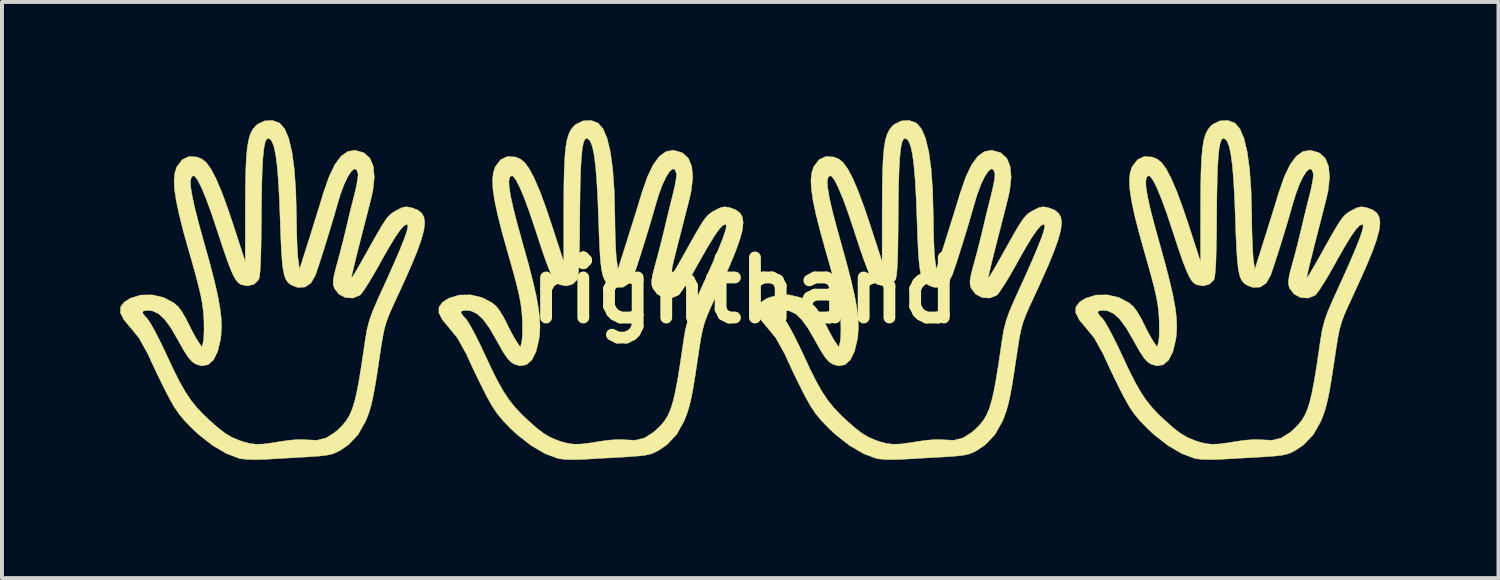
<source format=kicad_pcb>
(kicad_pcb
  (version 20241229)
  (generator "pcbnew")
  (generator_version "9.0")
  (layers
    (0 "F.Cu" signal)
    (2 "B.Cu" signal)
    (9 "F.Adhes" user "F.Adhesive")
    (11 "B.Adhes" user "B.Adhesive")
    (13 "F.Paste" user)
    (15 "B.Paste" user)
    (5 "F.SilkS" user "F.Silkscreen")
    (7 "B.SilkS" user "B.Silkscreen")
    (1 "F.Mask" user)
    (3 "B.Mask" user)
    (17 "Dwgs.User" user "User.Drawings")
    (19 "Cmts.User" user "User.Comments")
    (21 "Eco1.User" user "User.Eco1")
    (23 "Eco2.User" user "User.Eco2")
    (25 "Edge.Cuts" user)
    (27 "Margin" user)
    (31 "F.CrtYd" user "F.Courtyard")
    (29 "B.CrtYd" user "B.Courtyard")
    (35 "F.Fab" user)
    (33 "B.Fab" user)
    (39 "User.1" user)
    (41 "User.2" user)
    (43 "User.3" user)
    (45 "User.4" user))
  (footprint "righthand"
    (layer "F.Cu")
    (at 15.846 4.315)
    (property "Reference" "righthand" (at 0 0 0) (layer "F.SilkS") (effects (font (size 1.524 1.524) (thickness 0.3))))
    (attr through_hole)
    (fp_poly (pts (xy -11.804 -4.244) (xy -11.8 -4.241) (xy -11.675 -4.097) (xy -11.572 -3.854) (xy -11.491 -3.513) (xy -11.431 -3.073) (xy -11.393 -2.534) (xy -11.376 -1.896) (xy -11.376 -1.854) (xy -11.371 -1.554) (xy -11.364 -1.269) (xy -11.353 -1.024) (xy -11.341 -0.844) (xy -11.334 -0.787) (xy -11.298 -0.533) (xy -11.065 -1.27) (xy -10.969 -1.576) (xy -10.87 -1.892) (xy -10.779 -2.186) (xy -10.707 -2.424) (xy -10.695 -2.464) (xy -10.553 -2.874) (xy -10.405 -3.185) (xy -10.248 -3.4) (xy -10.077 -3.522) (xy -9.892 -3.554) (xy -9.688 -3.498) (xy -9.655 -3.481) (xy -9.512 -3.352) (xy -9.427 -3.146) (xy -9.402 -2.872) (xy -9.437 -2.538) (xy -9.475 -2.362) (xy -9.513 -2.209) (xy -9.571 -1.982) (xy -9.642 -1.705) (xy -9.72 -1.401) (xy -9.773 -1.194) (xy -9.844 -0.913) (xy -9.904 -0.669) (xy -9.949 -0.477) (xy -9.976 -0.353) (xy -9.981 -0.314) (xy -9.952 -0.349) (xy -9.885 -0.456) (xy -9.789 -0.62) (xy -9.675 -0.822) (xy -9.487 -1.159) (xy -9.34 -1.418) (xy -9.226 -1.612) (xy -9.138 -1.753) (xy -9.066 -1.851) (xy -9.003 -1.919) (xy -8.94 -1.968) (xy -8.871 -2.011) (xy -8.844 -2.026) (xy -8.7 -2.098) (xy -8.591 -2.12) (xy -8.47 -2.1) (xy -8.429 -2.088) (xy -8.296 -2.035) (xy -8.2 -1.96) (xy -8.142 -1.857) (xy -8.122 -1.717) (xy -8.142 -1.533) (xy -8.205 -1.296) (xy -8.31 -0.999) (xy -8.46 -0.635) (xy -8.655 -0.195) (xy -8.839 0.203) (xy -8.953 0.449) (xy -9.038 0.646) (xy -9.1 0.818) (xy -9.149 0.992) (xy -9.19 1.194) (xy -9.232 1.45) (xy -9.271 1.712) (xy -9.332 2.12) (xy -9.385 2.443) (xy -9.433 2.699) (xy -9.479 2.904) (xy -9.528 3.074) (xy -9.583 3.226) (xy -9.626 3.327) (xy -9.813 3.658) (xy -10.054 3.914) (xy -10.254 4.052) (xy -10.366 4.112) (xy -10.477 4.154) (xy -10.611 4.183) (xy -10.793 4.204) (xy -11.046 4.222) (xy -11.125 4.227) (xy -11.422 4.244) (xy -11.733 4.261) (xy -12.016 4.278) (xy -12.192 4.288) (xy -12.42 4.294) (xy -12.635 4.288) (xy -12.797 4.27) (xy -12.821 4.264) (xy -13.148 4.142) (xy -13.496 3.938) (xy -13.849 3.664) (xy -14.017 3.508) (xy -14.209 3.311) (xy -14.358 3.131) (xy -14.489 2.936) (xy -14.625 2.693) (xy -14.691 2.565) (xy -14.821 2.303) (xy -14.954 2.028) (xy -15.071 1.778) (xy -15.139 1.626) (xy -15.37 1.209) (xy -15.576 0.956) (xy -15.754 0.744) (xy -15.841 0.57) (xy -15.281 0.57) (xy -15.217 0.659) (xy -15.167 0.708) (xy -15.106 0.792) (xy -15.013 0.951) (xy -14.898 1.166) (xy -14.772 1.42) (xy -14.68 1.617) (xy -14.497 2.008) (xy -14.339 2.321) (xy -14.195 2.574) (xy -14.054 2.785) (xy -13.905 2.972) (xy -13.735 3.151) (xy -13.599 3.28) (xy -13.371 3.483) (xy -13.183 3.628) (xy -13.008 3.731) (xy -12.819 3.809) (xy -12.725 3.841) (xy -12.561 3.884) (xy -12.401 3.903) (xy -12.216 3.898) (xy -11.979 3.867) (xy -11.786 3.835) (xy -11.552 3.802) (xy -11.33 3.785) (xy -11.16 3.787) (xy -11.138 3.79) (xy -10.86 3.803) (xy -10.626 3.745) (xy -10.404 3.605) (xy -10.308 3.522) (xy -10.2 3.413) (xy -10.108 3.3) (xy -10.03 3.172) (xy -9.963 3.015) (xy -9.902 2.82) (xy -9.844 2.574) (xy -9.786 2.266) (xy -9.724 1.884) (xy -9.654 1.415) (xy -9.632 1.261) (xy -9.588 1.002) (xy -9.529 0.771) (xy -9.445 0.532) (xy -9.322 0.247) (xy -9.298 0.194) (xy -9.073 -0.3) (xy -8.891 -0.708) (xy -8.75 -1.037) (xy -8.648 -1.291) (xy -8.583 -1.476) (xy -8.552 -1.598) (xy -8.554 -1.663) (xy -8.575 -1.676) (xy -8.644 -1.643) (xy -8.74 -1.538) (xy -8.866 -1.356) (xy -9.027 -1.094) (xy -9.225 -0.745) (xy -9.269 -0.664) (xy -9.41 -0.415) (xy -9.542 -0.193) (xy -9.656 -0.017) (xy -9.739 0.097) (xy -9.77 0.127) (xy -9.947 0.196) (xy -10.135 0.183) (xy -10.302 0.096) (xy -10.416 -0.055) (xy -10.417 -0.058) (xy -10.442 -0.144) (xy -10.445 -0.243) (xy -10.422 -0.382) (xy -10.371 -0.585) (xy -10.346 -0.674) (xy -10.272 -0.948) (xy -10.194 -1.251) (xy -10.127 -1.525) (xy -10.116 -1.575) (xy -10.052 -1.846) (xy -9.978 -2.148) (xy -9.909 -2.417) (xy -9.907 -2.425) (xy -9.858 -2.632) (xy -9.825 -2.812) (xy -9.812 -2.934) (xy -9.814 -2.955) (xy -9.85 -3.063) (xy -9.909 -3.081) (xy -9.985 -3.018) (xy -10.074 -2.883) (xy -10.169 -2.683) (xy -10.264 -2.426) (xy -10.337 -2.184) (xy -10.419 -1.897) (xy -10.516 -1.571) (xy -10.62 -1.232) (xy -10.722 -0.907) (xy -10.814 -0.622) (xy -10.889 -0.404) (xy -10.9 -0.374) (xy -11.009 -0.184) (xy -11.159 -0.083) (xy -11.342 -0.074) (xy -11.432 -0.103) (xy -11.519 -0.144) (xy -11.588 -0.197) (xy -11.642 -0.273) (xy -11.684 -0.383) (xy -11.716 -0.539) (xy -11.741 -0.751) (xy -11.76 -1.032) (xy -11.776 -1.391) (xy -11.791 -1.826) (xy -11.812 -2.367) (xy -11.838 -2.813) (xy -11.868 -3.17) (xy -11.904 -3.445) (xy -11.947 -3.645) (xy -11.998 -3.775) (xy -12.033 -3.824) (xy -12.089 -3.857) (xy -12.135 -3.833) (xy -12.173 -3.746) (xy -12.203 -3.59) (xy -12.227 -3.358) (xy -12.244 -3.045) (xy -12.256 -2.645) (xy -12.263 -2.152) (xy -12.265 -1.905) (xy -12.269 -1.419) (xy -12.276 -1.027) (xy -12.285 -0.723) (xy -12.297 -0.501) (xy -12.313 -0.353) (xy -12.333 -0.273) (xy -12.336 -0.267) (xy -12.449 -0.156) (xy -12.61 -0.112) (xy -12.78 -0.145) (xy -12.844 -0.186) (xy -12.906 -0.256) (xy -12.971 -0.366) (xy -13.044 -0.528) (xy -13.129 -0.751) (xy -13.232 -1.047) (xy -13.357 -1.428) (xy -13.389 -1.524) (xy -13.534 -1.959) (xy -13.666 -2.318) (xy -13.781 -2.597) (xy -13.878 -2.79) (xy -13.955 -2.893) (xy -13.995 -2.909) (xy -14.043 -2.868) (xy -14.064 -2.77) (xy -14.056 -2.608) (xy -14.018 -2.376) (xy -13.949 -2.068) (xy -13.849 -1.677) (xy -13.716 -1.196) (xy -13.715 -1.193) (xy -13.57 -0.674) (xy -13.457 -0.237) (xy -13.373 0.129) (xy -13.317 0.437) (xy -13.285 0.7) (xy -13.277 0.93) (xy -13.289 1.14) (xy -13.303 1.25) (xy -13.375 1.552) (xy -13.481 1.766) (xy -13.619 1.887) (xy -13.786 1.915) (xy -13.932 1.871) (xy -14.019 1.813) (xy -14.109 1.714) (xy -14.214 1.558) (xy -14.345 1.328) (xy -14.379 1.265) (xy -14.557 0.957) (xy -14.717 0.738) (xy -14.869 0.596) (xy -15.023 0.523) (xy -15.146 0.508) (xy -15.258 0.522) (xy -15.281 0.57) (xy -15.841 0.57) (xy -15.841 0.57) (xy -15.838 0.425) (xy -15.746 0.3) (xy -15.591 0.201) (xy -15.326 0.119) (xy -15.034 0.114) (xy -14.744 0.182) (xy -14.488 0.317) (xy -14.377 0.413) (xy -14.294 0.524) (xy -14.195 0.688) (xy -14.118 0.838) (xy -14.026 1.024) (xy -13.934 1.194) (xy -13.874 1.292) (xy -13.773 1.44) (xy -13.739 1.303) (xy -13.726 1.191) (xy -13.72 1.009) (xy -13.723 0.79) (xy -13.727 0.697) (xy -13.74 0.523) (xy -13.763 0.344) (xy -13.8 0.144) (xy -13.856 -0.095) (xy -13.932 -0.388) (xy -14.034 -0.753) (xy -14.095 -0.965) (xy -14.241 -1.484) (xy -14.35 -1.918) (xy -14.426 -2.275) (xy -14.469 -2.566) (xy -14.48 -2.798) (xy -14.461 -2.982) (xy -14.414 -3.126) (xy -14.407 -3.139) (xy -14.272 -3.315) (xy -14.101 -3.396) (xy -13.898 -3.382) (xy -13.773 -3.331) (xy -13.662 -3.24) (xy -13.544 -3.077) (xy -13.417 -2.836) (xy -13.278 -2.511) (xy -13.125 -2.096) (xy -12.982 -1.672) (xy -12.675 -0.728) (xy -12.673 -2.129) (xy -12.671 -2.627) (xy -12.663 -3.033) (xy -12.648 -3.36) (xy -12.624 -3.617) (xy -12.59 -3.816) (xy -12.545 -3.967) (xy -12.486 -4.082) (xy -12.412 -4.17) (xy -12.363 -4.213) (xy -12.183 -4.299) (xy -11.983 -4.31) (xy -11.804 -4.244)) (stroke (width 0.01) (type solid)) (fill yes) (layer "F.SilkS"))
    (fp_poly (pts (xy -3.727 -4.244) (xy -3.723 -4.241) (xy -3.598 -4.097) (xy -3.495 -3.854) (xy -3.414 -3.513) (xy -3.354 -3.073) (xy -3.315 -2.534) (xy -3.299 -1.896) (xy -3.298 -1.854) (xy -3.294 -1.554) (xy -3.286 -1.269) (xy -3.276 -1.024) (xy -3.263 -0.844) (xy -3.257 -0.787) (xy -3.221 -0.533) (xy -2.988 -1.27) (xy -2.892 -1.576) (xy -2.793 -1.892) (xy -2.702 -2.186) (xy -2.629 -2.424) (xy -2.618 -2.464) (xy -2.476 -2.874) (xy -2.328 -3.185) (xy -2.17 -3.4) (xy -2 -3.522) (xy -1.815 -3.554) (xy -1.611 -3.498) (xy -1.578 -3.481) (xy -1.435 -3.352) (xy -1.35 -3.146) (xy -1.324 -2.872) (xy -1.36 -2.538) (xy -1.398 -2.362) (xy -1.436 -2.209) (xy -1.494 -1.982) (xy -1.565 -1.705) (xy -1.642 -1.401) (xy -1.696 -1.194) (xy -1.767 -0.913) (xy -1.827 -0.669) (xy -1.872 -0.477) (xy -1.898 -0.353) (xy -1.903 -0.314) (xy -1.875 -0.349) (xy -1.808 -0.456) (xy -1.712 -0.62) (xy -1.597 -0.822) (xy -1.41 -1.159) (xy -1.263 -1.418) (xy -1.149 -1.612) (xy -1.061 -1.753) (xy -0.989 -1.851) (xy -0.926 -1.919) (xy -0.863 -1.968) (xy -0.793 -2.011) (xy -0.767 -2.026) (xy -0.622 -2.098) (xy -0.514 -2.12) (xy -0.393 -2.1) (xy -0.351 -2.088) (xy -0.219 -2.035) (xy -0.123 -1.96) (xy -0.064 -1.857) (xy -0.045 -1.717) (xy -0.065 -1.533) (xy -0.127 -1.296) (xy -0.233 -0.999) (xy -0.382 -0.635) (xy -0.578 -0.195) (xy -0.762 0.203) (xy -0.876 0.449) (xy -0.96 0.646) (xy -1.023 0.818) (xy -1.071 0.992) (xy -1.113 1.194) (xy -1.155 1.45) (xy -1.194 1.712) (xy -1.255 2.12) (xy -1.308 2.443) (xy -1.355 2.699) (xy -1.402 2.904) (xy -1.451 3.074) (xy -1.506 3.226) (xy -1.549 3.327) (xy -1.735 3.658) (xy -1.977 3.914) (xy -2.177 4.052) (xy -2.288 4.112) (xy -2.399 4.154) (xy -2.534 4.183) (xy -2.716 4.204) (xy -2.969 4.222) (xy -3.048 4.227) (xy -3.345 4.244) (xy -3.656 4.261) (xy -3.939 4.278) (xy -4.115 4.288) (xy -4.343 4.294) (xy -4.558 4.288) (xy -4.719 4.27) (xy -4.744 4.264) (xy -5.07 4.142) (xy -5.419 3.938) (xy -5.772 3.664) (xy -5.94 3.508) (xy -6.131 3.311) (xy -6.281 3.131) (xy -6.412 2.936) (xy -6.548 2.693) (xy -6.613 2.565) (xy -6.744 2.303) (xy -6.877 2.028) (xy -6.994 1.778) (xy -7.061 1.626) (xy -7.293 1.209) (xy -7.499 0.956) (xy -7.676 0.744) (xy -7.764 0.57) (xy -7.204 0.57) (xy -7.14 0.659) (xy -7.09 0.708) (xy -7.028 0.792) (xy -6.935 0.951) (xy -6.821 1.166) (xy -6.695 1.42) (xy -6.603 1.617) (xy -6.42 2.008) (xy -6.262 2.321) (xy -6.118 2.574) (xy -5.977 2.785) (xy -5.827 2.972) (xy -5.657 3.151) (xy -5.522 3.28) (xy -5.294 3.483) (xy -5.106 3.628) (xy -4.931 3.731) (xy -4.742 3.809) (xy -4.648 3.841) (xy -4.484 3.884) (xy -4.323 3.903) (xy -4.139 3.898) (xy -3.902 3.867) (xy -3.708 3.835) (xy -3.474 3.802) (xy -3.253 3.785) (xy -3.083 3.787) (xy -3.061 3.79) (xy -2.783 3.803) (xy -2.549 3.745) (xy -2.327 3.605) (xy -2.231 3.522) (xy -2.122 3.413) (xy -2.031 3.3) (xy -1.953 3.172) (xy -1.886 3.015) (xy -1.824 2.82) (xy -1.767 2.574) (xy -1.708 2.266) (xy -1.646 1.884) (xy -1.577 1.415) (xy -1.555 1.261) (xy -1.511 1.002) (xy -1.452 0.771) (xy -1.367 0.532) (xy -1.245 0.247) (xy -1.221 0.194) (xy -0.996 -0.3) (xy -0.814 -0.708) (xy -0.673 -1.037) (xy -0.571 -1.291) (xy -0.506 -1.476) (xy -0.475 -1.598) (xy -0.477 -1.663) (xy -0.498 -1.676) (xy -0.567 -1.643) (xy -0.663 -1.538) (xy -0.789 -1.356) (xy -0.949 -1.094) (xy -1.147 -0.745) (xy -1.192 -0.664) (xy -1.333 -0.415) (xy -1.465 -0.193) (xy -1.579 -0.017) (xy -1.662 0.097) (xy -1.693 0.127) (xy -1.87 0.196) (xy -2.058 0.183) (xy -2.225 0.096) (xy -2.338 -0.055) (xy -2.34 -0.058) (xy -2.365 -0.144) (xy -2.368 -0.243) (xy -2.345 -0.382) (xy -2.294 -0.585) (xy -2.269 -0.674) (xy -2.195 -0.948) (xy -2.117 -1.251) (xy -2.05 -1.525) (xy -2.038 -1.575) (xy -1.974 -1.846) (xy -1.9 -2.148) (xy -1.832 -2.417) (xy -1.83 -2.425) (xy -1.781 -2.632) (xy -1.748 -2.812) (xy -1.735 -2.934) (xy -1.736 -2.955) (xy -1.773 -3.063) (xy -1.832 -3.081) (xy -1.908 -3.018) (xy -1.997 -2.883) (xy -2.091 -2.683) (xy -2.187 -2.426) (xy -2.26 -2.184) (xy -2.342 -1.897) (xy -2.439 -1.571) (xy -2.542 -1.232) (xy -2.645 -0.907) (xy -2.737 -0.622) (xy -2.812 -0.404) (xy -2.823 -0.374) (xy -2.932 -0.184) (xy -3.082 -0.083) (xy -3.264 -0.074) (xy -3.355 -0.103) (xy -3.441 -0.144) (xy -3.511 -0.197) (xy -3.565 -0.273) (xy -3.607 -0.383) (xy -3.639 -0.539) (xy -3.664 -0.751) (xy -3.683 -1.032) (xy -3.699 -1.391) (xy -3.714 -1.826) (xy -3.735 -2.367) (xy -3.761 -2.813) (xy -3.791 -3.17) (xy -3.827 -3.445) (xy -3.87 -3.645) (xy -3.92 -3.775) (xy -3.956 -3.824) (xy -4.011 -3.857) (xy -4.058 -3.833) (xy -4.096 -3.746) (xy -4.126 -3.59) (xy -4.15 -3.358) (xy -4.167 -3.045) (xy -4.179 -2.645) (xy -4.186 -2.152) (xy -4.188 -1.905) (xy -4.192 -1.419) (xy -4.198 -1.027) (xy -4.208 -0.723) (xy -4.22 -0.501) (xy -4.236 -0.353) (xy -4.255 -0.273) (xy -4.258 -0.267) (xy -4.372 -0.156) (xy -4.533 -0.112) (xy -4.703 -0.145) (xy -4.767 -0.186) (xy -4.829 -0.256) (xy -4.894 -0.366) (xy -4.967 -0.528) (xy -5.052 -0.751) (xy -5.155 -1.047) (xy -5.28 -1.428) (xy -5.311 -1.524) (xy -5.457 -1.959) (xy -5.588 -2.318) (xy -5.704 -2.597) (xy -5.801 -2.79) (xy -5.878 -2.893) (xy -5.918 -2.909) (xy -5.966 -2.868) (xy -5.987 -2.77) (xy -5.979 -2.608) (xy -5.941 -2.376) (xy -5.872 -2.068) (xy -5.772 -1.677) (xy -5.638 -1.196) (xy -5.638 -1.193) (xy -5.493 -0.674) (xy -5.38 -0.237) (xy -5.296 0.129) (xy -5.24 0.437) (xy -5.208 0.7) (xy -5.199 0.93) (xy -5.211 1.14) (xy -5.226 1.25) (xy -5.298 1.552) (xy -5.404 1.766) (xy -5.542 1.887) (xy -5.709 1.915) (xy -5.855 1.871) (xy -5.942 1.813) (xy -6.032 1.714) (xy -6.137 1.558) (xy -6.268 1.328) (xy -6.302 1.265) (xy -6.48 0.957) (xy -6.64 0.738) (xy -6.792 0.596) (xy -6.946 0.523) (xy -7.069 0.508) (xy -7.181 0.522) (xy -7.204 0.57) (xy -7.764 0.57) (xy -7.764 0.57) (xy -7.761 0.425) (xy -7.669 0.3) (xy -7.514 0.201) (xy -7.249 0.119) (xy -6.956 0.114) (xy -6.667 0.182) (xy -6.411 0.317) (xy -6.3 0.413) (xy -6.217 0.524) (xy -6.118 0.688) (xy -6.041 0.838) (xy -5.949 1.024) (xy -5.856 1.194) (xy -5.797 1.292) (xy -5.696 1.44) (xy -5.661 1.303) (xy -5.648 1.191) (xy -5.643 1.009) (xy -5.646 0.79) (xy -5.65 0.697) (xy -5.663 0.523) (xy -5.686 0.344) (xy -5.723 0.144) (xy -5.778 -0.095) (xy -5.855 -0.388) (xy -5.957 -0.753) (xy -6.018 -0.965) (xy -6.163 -1.484) (xy -6.273 -1.918) (xy -6.349 -2.275) (xy -6.392 -2.566) (xy -6.403 -2.798) (xy -6.384 -2.982) (xy -6.337 -3.126) (xy -6.33 -3.139) (xy -6.195 -3.315) (xy -6.023 -3.396) (xy -5.821 -3.382) (xy -5.696 -3.331) (xy -5.584 -3.24) (xy -5.467 -3.077) (xy -5.34 -2.836) (xy -5.201 -2.511) (xy -5.048 -2.096) (xy -4.905 -1.672) (xy -4.597 -0.728) (xy -4.596 -2.129) (xy -4.593 -2.627) (xy -4.585 -3.033) (xy -4.57 -3.36) (xy -4.547 -3.617) (xy -4.513 -3.816) (xy -4.468 -3.967) (xy -4.409 -4.082) (xy -4.335 -4.17) (xy -4.285 -4.213) (xy -4.106 -4.299) (xy -3.905 -4.31) (xy -3.727 -4.244)) (stroke (width 0.01) (type solid)) (fill yes) (layer "F.SilkS"))
    (fp_poly (pts (xy 4.35 -4.244) (xy 4.354 -4.241) (xy 4.479 -4.097) (xy 4.582 -3.854) (xy 4.664 -3.513) (xy 4.724 -3.073) (xy 4.762 -2.534) (xy 4.778 -1.896) (xy 4.779 -1.854) (xy 4.783 -1.554) (xy 4.791 -1.269) (xy 4.801 -1.024) (xy 4.814 -0.844) (xy 4.82 -0.787) (xy 4.856 -0.533) (xy 5.089 -1.27) (xy 5.185 -1.576) (xy 5.284 -1.892) (xy 5.375 -2.186) (xy 5.448 -2.424) (xy 5.46 -2.464) (xy 5.601 -2.874) (xy 5.749 -3.185) (xy 5.907 -3.4) (xy 6.077 -3.522) (xy 6.262 -3.554) (xy 6.466 -3.498) (xy 6.499 -3.481) (xy 6.643 -3.352) (xy 6.727 -3.146) (xy 6.753 -2.872) (xy 6.717 -2.538) (xy 6.679 -2.362) (xy 6.641 -2.209) (xy 6.583 -1.982) (xy 6.513 -1.705) (xy 6.435 -1.401) (xy 6.382 -1.194) (xy 6.311 -0.913) (xy 6.25 -0.669) (xy 6.205 -0.477) (xy 6.179 -0.353) (xy 6.174 -0.314) (xy 6.202 -0.349) (xy 6.269 -0.456) (xy 6.365 -0.62) (xy 6.48 -0.822) (xy 6.668 -1.159) (xy 6.814 -1.418) (xy 6.928 -1.612) (xy 7.017 -1.753) (xy 7.089 -1.851) (xy 7.152 -1.919) (xy 7.214 -1.968) (xy 7.284 -2.011) (xy 7.31 -2.026) (xy 7.455 -2.098) (xy 7.563 -2.12) (xy 7.684 -2.1) (xy 7.726 -2.088) (xy 7.858 -2.035) (xy 7.954 -1.96) (xy 8.013 -1.857) (xy 8.033 -1.717) (xy 8.012 -1.533) (xy 7.95 -1.296) (xy 7.844 -0.999) (xy 7.695 -0.635) (xy 7.499 -0.195) (xy 7.315 0.203) (xy 7.201 0.449) (xy 7.117 0.646) (xy 7.054 0.818) (xy 7.006 0.992) (xy 6.964 1.194) (xy 6.923 1.45) (xy 6.883 1.712) (xy 6.822 2.12) (xy 6.77 2.443) (xy 6.722 2.699) (xy 6.675 2.904) (xy 6.626 3.074) (xy 6.571 3.226) (xy 6.529 3.327) (xy 6.342 3.658) (xy 6.1 3.914) (xy 5.9 4.052) (xy 5.789 4.112) (xy 5.678 4.154) (xy 5.543 4.183) (xy 5.362 4.204) (xy 5.108 4.222) (xy 5.029 4.227) (xy 4.732 4.244) (xy 4.422 4.261) (xy 4.139 4.278) (xy 3.962 4.288) (xy 3.734 4.294) (xy 3.52 4.288) (xy 3.358 4.27) (xy 3.333 4.264) (xy 3.007 4.142) (xy 2.658 3.938) (xy 2.305 3.664) (xy 2.137 3.508) (xy 1.946 3.311) (xy 1.796 3.131) (xy 1.665 2.936) (xy 1.529 2.693) (xy 1.464 2.565) (xy 1.333 2.303) (xy 1.2 2.028) (xy 1.084 1.778) (xy 1.016 1.626) (xy 0.785 1.209) (xy 0.578 0.956) (xy 0.401 0.744) (xy 0.314 0.57) (xy 0.873 0.57) (xy 0.937 0.659) (xy 0.987 0.708) (xy 1.049 0.792) (xy 1.142 0.951) (xy 1.256 1.166) (xy 1.382 1.42) (xy 1.475 1.617) (xy 1.658 2.008) (xy 1.815 2.321) (xy 1.959 2.574) (xy 2.1 2.785) (xy 2.25 2.972) (xy 2.42 3.151) (xy 2.555 3.28) (xy 2.784 3.483) (xy 2.972 3.628) (xy 3.147 3.731) (xy 3.335 3.809) (xy 3.429 3.841) (xy 3.593 3.884) (xy 3.754 3.903) (xy 3.938 3.898) (xy 4.175 3.867) (xy 4.369 3.835) (xy 4.603 3.802) (xy 4.825 3.785) (xy 4.994 3.787) (xy 5.016 3.79) (xy 5.294 3.803) (xy 5.528 3.745) (xy 5.751 3.605) (xy 5.846 3.522) (xy 5.955 3.413) (xy 6.046 3.3) (xy 6.124 3.172) (xy 6.192 3.015) (xy 6.253 2.82) (xy 6.311 2.574) (xy 6.369 2.266) (xy 6.431 1.884) (xy 6.5 1.415) (xy 6.522 1.261) (xy 6.566 1.002) (xy 6.625 0.771) (xy 6.71 0.532) (xy 6.832 0.247) (xy 6.857 0.194) (xy 7.082 -0.3) (xy 7.264 -0.708) (xy 7.404 -1.037) (xy 7.506 -1.291) (xy 7.572 -1.476) (xy 7.602 -1.598) (xy 7.601 -1.663) (xy 7.579 -1.676) (xy 7.51 -1.643) (xy 7.415 -1.538) (xy 7.288 -1.356) (xy 7.128 -1.094) (xy 6.93 -0.745) (xy 6.885 -0.664) (xy 6.745 -0.415) (xy 6.612 -0.193) (xy 6.498 -0.017) (xy 6.415 0.097) (xy 6.385 0.127) (xy 6.207 0.196) (xy 6.019 0.183) (xy 5.853 0.096) (xy 5.739 -0.055) (xy 5.737 -0.058) (xy 5.712 -0.144) (xy 5.709 -0.243) (xy 5.732 -0.382) (xy 5.783 -0.585) (xy 5.808 -0.674) (xy 5.883 -0.948) (xy 5.96 -1.251) (xy 6.027 -1.525) (xy 6.039 -1.575) (xy 6.103 -1.846) (xy 6.177 -2.148) (xy 6.245 -2.417) (xy 6.247 -2.425) (xy 6.296 -2.632) (xy 6.33 -2.812) (xy 6.342 -2.934) (xy 6.341 -2.955) (xy 6.305 -3.063) (xy 6.246 -3.081) (xy 6.169 -3.018) (xy 6.081 -2.883) (xy 5.986 -2.683) (xy 5.891 -2.426) (xy 5.817 -2.184) (xy 5.735 -1.897) (xy 5.639 -1.571) (xy 5.535 -1.232) (xy 5.433 -0.907) (xy 5.34 -0.622) (xy 5.265 -0.404) (xy 5.254 -0.374) (xy 5.146 -0.184) (xy 4.995 -0.083) (xy 4.813 -0.074) (xy 4.722 -0.103) (xy 4.636 -0.144) (xy 4.567 -0.197) (xy 4.512 -0.273) (xy 4.47 -0.383) (xy 4.438 -0.539) (xy 4.414 -0.751) (xy 4.394 -1.032) (xy 4.378 -1.391) (xy 4.363 -1.826) (xy 4.342 -2.367) (xy 4.317 -2.813) (xy 4.286 -3.17) (xy 4.25 -3.445) (xy 4.207 -3.645) (xy 4.157 -3.775) (xy 4.121 -3.824) (xy 4.066 -3.857) (xy 4.019 -3.833) (xy 3.981 -3.746) (xy 3.951 -3.59) (xy 3.927 -3.358) (xy 3.91 -3.045) (xy 3.898 -2.645) (xy 3.891 -2.152) (xy 3.89 -1.905) (xy 3.885 -1.419) (xy 3.879 -1.027) (xy 3.87 -0.723) (xy 3.857 -0.501) (xy 3.841 -0.353) (xy 3.822 -0.273) (xy 3.819 -0.267) (xy 3.705 -0.156) (xy 3.545 -0.112) (xy 3.374 -0.145) (xy 3.31 -0.186) (xy 3.248 -0.256) (xy 3.183 -0.366) (xy 3.11 -0.528) (xy 3.025 -0.751) (xy 2.922 -1.047) (xy 2.797 -1.428) (xy 2.766 -1.524) (xy 2.62 -1.959) (xy 2.489 -2.318) (xy 2.373 -2.597) (xy 2.276 -2.79) (xy 2.199 -2.893) (xy 2.159 -2.909) (xy 2.111 -2.868) (xy 2.09 -2.77) (xy 2.099 -2.608) (xy 2.136 -2.376) (xy 2.205 -2.068) (xy 2.306 -1.677) (xy 2.439 -1.196) (xy 2.44 -1.193) (xy 2.584 -0.674) (xy 2.697 -0.237) (xy 2.781 0.129) (xy 2.838 0.437) (xy 2.869 0.7) (xy 2.878 0.93) (xy 2.866 1.14) (xy 2.851 1.25) (xy 2.779 1.552) (xy 2.673 1.766) (xy 2.535 1.887) (xy 2.368 1.915) (xy 2.222 1.871) (xy 2.135 1.813) (xy 2.045 1.714) (xy 1.941 1.558) (xy 1.81 1.328) (xy 1.776 1.265) (xy 1.597 0.957) (xy 1.437 0.738) (xy 1.285 0.596) (xy 1.132 0.523) (xy 1.008 0.508) (xy 0.897 0.522) (xy 0.873 0.57) (xy 0.314 0.57) (xy 0.314 0.57) (xy 0.316 0.425) (xy 0.408 0.3) (xy 0.563 0.201) (xy 0.828 0.119) (xy 1.121 0.114) (xy 1.411 0.182) (xy 1.667 0.317) (xy 1.777 0.413) (xy 1.86 0.524) (xy 1.959 0.688) (xy 2.036 0.838) (xy 2.128 1.024) (xy 2.221 1.194) (xy 2.28 1.292) (xy 2.381 1.44) (xy 2.416 1.303) (xy 2.429 1.191) (xy 2.434 1.009) (xy 2.431 0.79) (xy 2.427 0.697) (xy 2.415 0.523) (xy 2.391 0.344) (xy 2.354 0.144) (xy 2.299 -0.095) (xy 2.222 -0.388) (xy 2.12 -0.753) (xy 2.059 -0.965) (xy 1.914 -1.484) (xy 1.804 -1.918) (xy 1.728 -2.275) (xy 1.686 -2.566) (xy 1.674 -2.798) (xy 1.693 -2.982) (xy 1.741 -3.126) (xy 1.747 -3.139) (xy 1.882 -3.315) (xy 2.054 -3.396) (xy 2.256 -3.382) (xy 2.381 -3.331) (xy 2.493 -3.24) (xy 2.611 -3.077) (xy 2.738 -2.836) (xy 2.876 -2.511) (xy 3.03 -2.096) (xy 3.172 -1.672) (xy 3.48 -0.728) (xy 3.481 -2.129) (xy 3.484 -2.627) (xy 3.492 -3.033) (xy 3.507 -3.36) (xy 3.53 -3.617) (xy 3.564 -3.816) (xy 3.61 -3.967) (xy 3.668 -4.082) (xy 3.742 -4.17) (xy 3.792 -4.213) (xy 3.972 -4.299) (xy 4.172 -4.31) (xy 4.35 -4.244)) (stroke (width 0.01) (type solid)) (fill yes) (layer "F.SilkS"))
    (fp_poly (pts (xy 12.428 -4.244) (xy 12.431 -4.241) (xy 12.556 -4.097) (xy 12.659 -3.854) (xy 12.741 -3.513) (xy 12.801 -3.073) (xy 12.839 -2.534) (xy 12.856 -1.896) (xy 12.856 -1.854) (xy 12.86 -1.554) (xy 12.868 -1.269) (xy 12.879 -1.024) (xy 12.891 -0.844) (xy 12.897 -0.787) (xy 12.933 -0.533) (xy 13.166 -1.27) (xy 13.262 -1.576) (xy 13.361 -1.892) (xy 13.452 -2.186) (xy 13.525 -2.424) (xy 13.537 -2.464) (xy 13.678 -2.874) (xy 13.826 -3.185) (xy 13.984 -3.4) (xy 14.154 -3.522) (xy 14.34 -3.554) (xy 14.543 -3.498) (xy 14.577 -3.481) (xy 14.72 -3.352) (xy 14.805 -3.146) (xy 14.83 -2.872) (xy 14.795 -2.538) (xy 14.757 -2.362) (xy 14.718 -2.209) (xy 14.661 -1.982) (xy 14.59 -1.705) (xy 14.512 -1.401) (xy 14.459 -1.194) (xy 14.388 -0.913) (xy 14.328 -0.669) (xy 14.282 -0.477) (xy 14.256 -0.353) (xy 14.251 -0.314) (xy 14.279 -0.349) (xy 14.347 -0.456) (xy 14.443 -0.62) (xy 14.557 -0.822) (xy 14.745 -1.159) (xy 14.891 -1.418) (xy 15.005 -1.612) (xy 15.094 -1.753) (xy 15.166 -1.851) (xy 15.229 -1.919) (xy 15.291 -1.968) (xy 15.361 -2.011) (xy 15.388 -2.026) (xy 15.532 -2.098) (xy 15.64 -2.12) (xy 15.761 -2.1) (xy 15.803 -2.088) (xy 15.935 -2.035) (xy 16.031 -1.96) (xy 16.09 -1.857) (xy 16.11 -1.717) (xy 16.089 -1.533) (xy 16.027 -1.296) (xy 15.922 -0.999) (xy 15.772 -0.635) (xy 15.576 -0.195) (xy 15.393 0.203) (xy 15.279 0.449) (xy 15.194 0.646) (xy 15.131 0.818) (xy 15.083 0.992) (xy 15.042 1.194) (xy 15 1.45) (xy 14.961 1.712) (xy 14.899 2.12) (xy 14.847 2.443) (xy 14.799 2.699) (xy 14.752 2.904) (xy 14.703 3.074) (xy 14.648 3.226) (xy 14.606 3.327) (xy 14.419 3.658) (xy 14.177 3.914) (xy 13.977 4.052) (xy 13.866 4.112) (xy 13.755 4.154) (xy 13.621 4.183) (xy 13.439 4.204) (xy 13.186 4.222) (xy 13.106 4.227) (xy 12.809 4.244) (xy 12.499 4.261) (xy 12.216 4.278) (xy 12.04 4.288) (xy 11.812 4.294) (xy 11.597 4.288) (xy 11.435 4.27) (xy 11.411 4.264) (xy 11.084 4.142) (xy 10.735 3.938) (xy 10.383 3.664) (xy 10.215 3.508) (xy 10.023 3.311) (xy 9.873 3.131) (xy 9.742 2.936) (xy 9.607 2.693) (xy 9.541 2.565) (xy 9.41 2.303) (xy 9.278 2.028) (xy 9.161 1.778) (xy 9.093 1.626) (xy 8.862 1.209) (xy 8.655 0.956) (xy 8.478 0.744) (xy 8.391 0.57) (xy 8.95 0.57) (xy 9.015 0.659) (xy 9.064 0.708) (xy 9.126 0.792) (xy 9.219 0.951) (xy 9.333 1.166) (xy 9.459 1.42) (xy 9.552 1.617) (xy 9.735 2.008) (xy 9.893 2.321) (xy 10.036 2.574) (xy 10.177 2.785) (xy 10.327 2.972) (xy 10.497 3.151) (xy 10.633 3.28) (xy 10.861 3.483) (xy 11.049 3.628) (xy 11.224 3.731) (xy 11.413 3.809) (xy 11.506 3.841) (xy 11.67 3.884) (xy 11.831 3.903) (xy 12.016 3.898) (xy 12.253 3.867) (xy 12.446 3.835) (xy 12.68 3.802) (xy 12.902 3.785) (xy 13.072 3.787) (xy 13.093 3.79) (xy 13.371 3.803) (xy 13.605 3.745) (xy 13.828 3.605) (xy 13.923 3.522) (xy 14.032 3.413) (xy 14.123 3.3) (xy 14.201 3.172) (xy 14.269 3.015) (xy 14.33 2.82) (xy 14.388 2.574) (xy 14.446 2.266) (xy 14.508 1.884) (xy 14.577 1.415) (xy 14.599 1.261) (xy 14.643 1.002) (xy 14.702 0.771) (xy 14.787 0.532) (xy 14.909 0.247) (xy 14.934 0.194) (xy 15.159 -0.3) (xy 15.341 -0.708) (xy 15.482 -1.037) (xy 15.584 -1.291) (xy 15.649 -1.476) (xy 15.68 -1.598) (xy 15.678 -1.663) (xy 15.656 -1.676) (xy 15.588 -1.643) (xy 15.492 -1.538) (xy 15.365 -1.356) (xy 15.205 -1.094) (xy 15.007 -0.745) (xy 14.963 -0.664) (xy 14.822 -0.415) (xy 14.689 -0.193) (xy 14.576 -0.017) (xy 14.492 0.097) (xy 14.462 0.127) (xy 14.285 0.196) (xy 14.097 0.183) (xy 13.93 0.096) (xy 13.816 -0.055) (xy 13.814 -0.058) (xy 13.789 -0.144) (xy 13.787 -0.243) (xy 13.809 -0.382) (xy 13.861 -0.585) (xy 13.885 -0.674) (xy 13.96 -0.948) (xy 14.038 -1.251) (xy 14.105 -1.525) (xy 14.116 -1.575) (xy 14.18 -1.846) (xy 14.254 -2.148) (xy 14.322 -2.417) (xy 14.325 -2.425) (xy 14.373 -2.632) (xy 14.407 -2.812) (xy 14.419 -2.934) (xy 14.418 -2.955) (xy 14.382 -3.063) (xy 14.323 -3.081) (xy 14.246 -3.018) (xy 14.158 -2.883) (xy 14.063 -2.683) (xy 13.968 -2.426) (xy 13.894 -2.184) (xy 13.813 -1.897) (xy 13.716 -1.571) (xy 13.612 -1.232) (xy 13.51 -0.907) (xy 13.417 -0.622) (xy 13.343 -0.404) (xy 13.332 -0.374) (xy 13.223 -0.184) (xy 13.072 -0.083) (xy 12.89 -0.074) (xy 12.799 -0.103) (xy 12.713 -0.144) (xy 12.644 -0.197) (xy 12.589 -0.273) (xy 12.547 -0.383) (xy 12.515 -0.539) (xy 12.491 -0.751) (xy 12.472 -1.032) (xy 12.455 -1.391) (xy 12.44 -1.826) (xy 12.419 -2.367) (xy 12.394 -2.813) (xy 12.364 -3.17) (xy 12.327 -3.445) (xy 12.284 -3.645) (xy 12.234 -3.775) (xy 12.198 -3.824) (xy 12.143 -3.857) (xy 12.097 -3.833) (xy 12.059 -3.746) (xy 12.028 -3.59) (xy 12.005 -3.358) (xy 11.987 -3.045) (xy 11.976 -2.645) (xy 11.968 -2.152) (xy 11.967 -1.905) (xy 11.963 -1.419) (xy 11.956 -1.027) (xy 11.947 -0.723) (xy 11.934 -0.501) (xy 11.918 -0.353) (xy 11.899 -0.273) (xy 11.896 -0.267) (xy 11.782 -0.156) (xy 11.622 -0.112) (xy 11.451 -0.145) (xy 11.387 -0.186) (xy 11.325 -0.256) (xy 11.26 -0.366) (xy 11.188 -0.528) (xy 11.102 -0.751) (xy 10.999 -1.047) (xy 10.874 -1.428) (xy 10.843 -1.524) (xy 10.698 -1.959) (xy 10.566 -2.318) (xy 10.451 -2.597) (xy 10.353 -2.79) (xy 10.277 -2.893) (xy 10.236 -2.909) (xy 10.188 -2.868) (xy 10.168 -2.77) (xy 10.176 -2.608) (xy 10.214 -2.376) (xy 10.282 -2.068) (xy 10.383 -1.677) (xy 10.516 -1.196) (xy 10.517 -1.193) (xy 10.661 -0.674) (xy 10.774 -0.237) (xy 10.858 0.129) (xy 10.915 0.437) (xy 10.946 0.7) (xy 10.955 0.93) (xy 10.943 1.14) (xy 10.929 1.25) (xy 10.857 1.552) (xy 10.75 1.766) (xy 10.613 1.887) (xy 10.445 1.915) (xy 10.3 1.871) (xy 10.212 1.813) (xy 10.122 1.714) (xy 10.018 1.558) (xy 9.887 1.328) (xy 9.853 1.265) (xy 9.674 0.957) (xy 9.514 0.738) (xy 9.362 0.596) (xy 9.209 0.523) (xy 9.086 0.508) (xy 8.974 0.522) (xy 8.95 0.57) (xy 8.391 0.57) (xy 8.391 0.57) (xy 8.393 0.425) (xy 8.485 0.3) (xy 8.64 0.201) (xy 8.905 0.119) (xy 9.198 0.114) (xy 9.488 0.182) (xy 9.744 0.317) (xy 9.854 0.413) (xy 9.938 0.524) (xy 10.036 0.688) (xy 10.113 0.838) (xy 10.205 1.024) (xy 10.298 1.194) (xy 10.357 1.292) (xy 10.458 1.44) (xy 10.493 1.303) (xy 10.506 1.191) (xy 10.511 1.009) (xy 10.508 0.79) (xy 10.504 0.697) (xy 10.492 0.523) (xy 10.469 0.344) (xy 10.431 0.144) (xy 10.376 -0.095) (xy 10.299 -0.388) (xy 10.197 -0.753) (xy 10.136 -0.965) (xy 9.991 -1.484) (xy 9.881 -1.918) (xy 9.806 -2.275) (xy 9.763 -2.566) (xy 9.751 -2.798) (xy 9.77 -2.982) (xy 9.818 -3.126) (xy 9.824 -3.139) (xy 9.959 -3.315) (xy 10.131 -3.396) (xy 10.333 -3.382) (xy 10.459 -3.331) (xy 10.57 -3.24) (xy 10.688 -3.077) (xy 10.815 -2.836) (xy 10.954 -2.511) (xy 11.107 -2.096) (xy 11.25 -1.672) (xy 11.557 -0.728) (xy 11.558 -2.129) (xy 11.561 -2.627) (xy 11.569 -3.033) (xy 11.584 -3.36) (xy 11.608 -3.617) (xy 11.641 -3.816) (xy 11.687 -3.967) (xy 11.746 -4.082) (xy 11.82 -4.17) (xy 11.869 -4.213) (xy 12.049 -4.299) (xy 12.249 -4.31) (xy 12.428 -4.244)) (stroke (width 0.01) (type solid)) (fill yes) (layer "F.SilkS")))
  (gr_rect
    (start -3 -3)
    (end 34.961 11.614)
    (stroke (width 0.1) (type default))
    (fill no)
    (layer "Edge.Cuts")))
</source>
